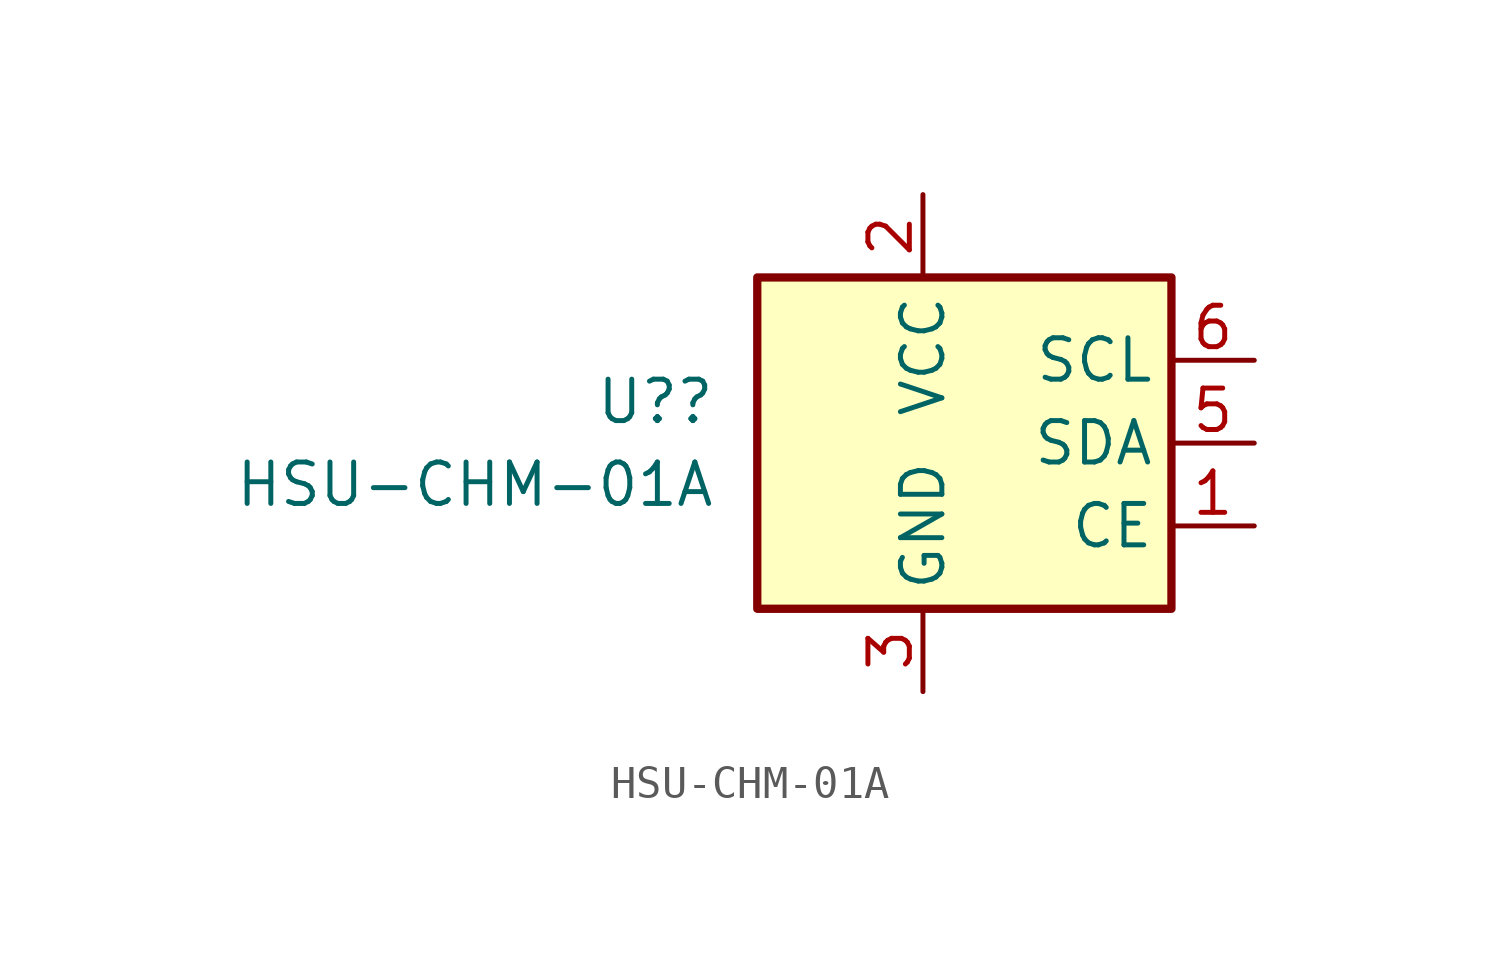
<source format=kicad_sym>
(kicad_symbol_lib
  (version 20211014)
  (generator kicad_symbol_editor)
  (symbol "HSU-CHM-01A"
    (property "Reference" "U?"
      (at -8.89 1.27 0)
      (effects (font (size 1.27 1.27)) (justify right)))
    (property "Value" "HSU-CHM-01A"
      (at -8.89 -1.27 0)
      (effects (font (size 1.27 1.27)) (justify right)))
    (symbol "HSU-CHM-01A_0_1"
      (rectangle (start -7.62 5.08) (end 5.08 -5.08) (stroke (width 0.254) (type default) (color 0 0 0 0)) (fill (type background))))
    (symbol "HSU-CHM-01A_1_1"
      (pin input line (at 7.62 -2.54 180) (length 2.54) (name "CE" (effects (font (size 1.27 1.27)))) (number "1" (effects (font (size 1.27 1.27)))))
      (pin power_in line (at -2.54 7.62 270) (length 2.54) (name "VCC" (effects (font (size 1.27 1.27)))) (number "2" (effects (font (size 1.27 1.27)))))
      (pin power_in line (at -2.54 -7.62 90) (length 2.54) (name "GND" (effects (font (size 1.27 1.27)))) (number "3" (effects (font (size 1.27 1.27)))))
      (pin no_connect line (at -7.62 0 0) (length 2.54) hide (name "NC" (effects (font (size 1.27 1.27)))) (number "3" (effects (font (size 1.27 1.27)))))
      (pin no_connect line (at -7.62 -2.54 0) (length 2.54) hide (name "NC" (effects (font (size 1.27 1.27)))) (number "4" (effects (font (size 1.27 1.27)))))
      (pin bidirectional line (at 7.62 0 180) (length 2.54) (name "SDA" (effects (font (size 1.27 1.27)))) (number "5" (effects (font (size 1.27 1.27)))))
      (pin input line (at 7.62 2.54 180) (length 2.54) (name "SCL" (effects (font (size 1.27 1.27)))) (number "6" (effects (font (size 1.27 1.27))))))))
</source>
